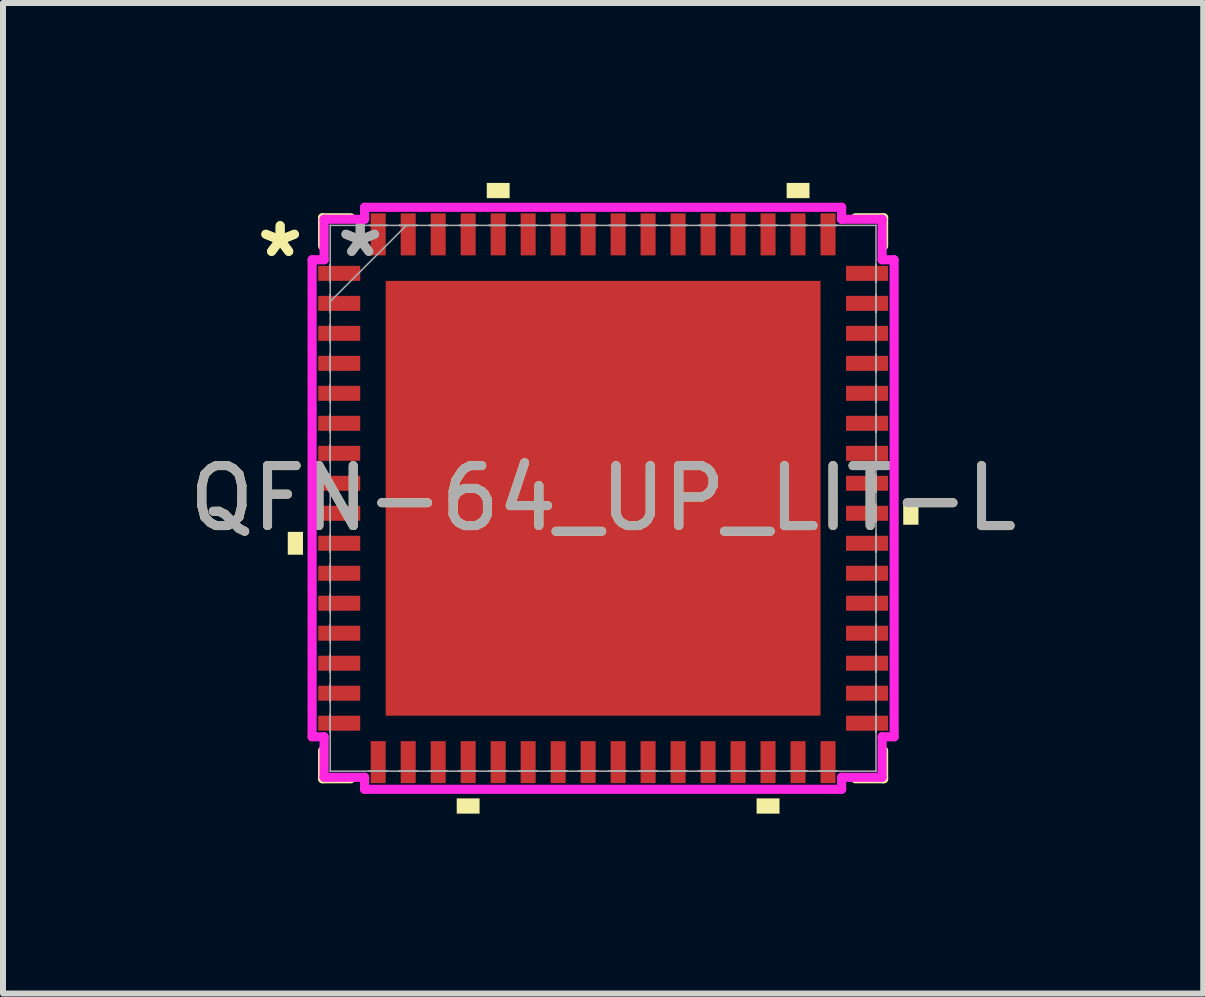
<source format=kicad_pcb>
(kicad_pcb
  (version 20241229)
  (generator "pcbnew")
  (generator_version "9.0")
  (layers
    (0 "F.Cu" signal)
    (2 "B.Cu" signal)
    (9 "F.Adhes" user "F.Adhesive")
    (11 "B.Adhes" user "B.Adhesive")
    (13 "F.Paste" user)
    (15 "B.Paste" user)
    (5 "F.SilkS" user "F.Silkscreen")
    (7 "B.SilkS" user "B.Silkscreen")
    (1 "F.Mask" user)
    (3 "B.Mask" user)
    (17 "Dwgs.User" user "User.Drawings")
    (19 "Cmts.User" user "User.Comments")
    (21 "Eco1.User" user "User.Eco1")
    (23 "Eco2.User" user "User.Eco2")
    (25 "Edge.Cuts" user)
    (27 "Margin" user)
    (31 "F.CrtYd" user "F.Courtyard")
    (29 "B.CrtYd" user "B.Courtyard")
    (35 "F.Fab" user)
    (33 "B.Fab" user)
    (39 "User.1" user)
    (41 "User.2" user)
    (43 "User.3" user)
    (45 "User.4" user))
  (footprint "QFN-64_UP_LIT-L"
    (layer "F.Cu")
    (at 7.006 5.258)
    (property "Reference" "QFN-64_UP_LIT-L" (at 0 0 0) (unlocked yes) (layer "F.SilkS") (effects (font (size 1 1) (thickness 0.15))))
    (attr smd)
    (fp_line (start -4.677 -4.677) (end -4.677 -4.208) (stroke (width 0.152) (type solid)) (layer "F.SilkS"))
    (fp_line (start -4.677 4.208) (end -4.677 4.677) (stroke (width 0.152) (type solid)) (layer "F.SilkS"))
    (fp_line (start -4.677 4.677) (end -4.208 4.677) (stroke (width 0.152) (type solid)) (layer "F.SilkS"))
    (fp_line (start -4.208 -4.677) (end -4.677 -4.677) (stroke (width 0.152) (type solid)) (layer "F.SilkS"))
    (fp_line (start 4.208 4.677) (end 4.677 4.677) (stroke (width 0.152) (type solid)) (layer "F.SilkS"))
    (fp_line (start 4.677 -4.677) (end 4.208 -4.677) (stroke (width 0.152) (type solid)) (layer "F.SilkS"))
    (fp_line (start 4.677 -4.208) (end 4.677 -4.677) (stroke (width 0.152) (type solid)) (layer "F.SilkS"))
    (fp_line (start 4.677 4.677) (end 4.677 4.208) (stroke (width 0.152) (type solid)) (layer "F.SilkS"))
    (fp_poly (pts (xy -5.258 0.56) (xy -5.258 0.941) (xy -5.004 0.941) (xy -5.004 0.56)) (stroke (width 0) (type solid)) (fill yes) (layer "F.SilkS"))
    (fp_poly (pts (xy -2.441 5.004) (xy -2.441 5.258) (xy -2.06 5.258) (xy -2.06 5.004)) (stroke (width 0) (type solid)) (fill yes) (layer "F.SilkS"))
    (fp_poly (pts (xy -1.94 -5.004) (xy -1.94 -5.258) (xy -1.559 -5.258) (xy -1.559 -5.004)) (stroke (width 0) (type solid)) (fill yes) (layer "F.SilkS"))
    (fp_poly (pts (xy 2.559 5.004) (xy 2.559 5.258) (xy 2.941 5.258) (xy 2.941 5.004)) (stroke (width 0) (type solid)) (fill yes) (layer "F.SilkS"))
    (fp_poly (pts (xy 3.06 -5.004) (xy 3.06 -5.258) (xy 3.441 -5.258) (xy 3.441 -5.004)) (stroke (width 0) (type solid)) (fill yes) (layer "F.SilkS"))
    (fp_poly (pts (xy 5.258 0.059) (xy 5.258 0.441) (xy 5.004 0.441) (xy 5.004 0.059)) (stroke (width 0) (type solid)) (fill yes) (layer "F.SilkS"))
    (fp_poly (pts (xy -3.525 -3.525) (xy -3.525 -2.275) (xy -2.275 -2.275) (xy -2.275 -3.525)) (stroke (width 0) (type solid)) (fill yes) (layer "F.Paste"))
    (fp_poly (pts (xy -3.525 -2.075) (xy -3.525 -0.825) (xy -2.275 -0.825) (xy -2.275 -2.075)) (stroke (width 0) (type solid)) (fill yes) (layer "F.Paste"))
    (fp_poly (pts (xy -3.525 -0.625) (xy -3.525 0.625) (xy -2.275 0.625) (xy -2.275 -0.625)) (stroke (width 0) (type solid)) (fill yes) (layer "F.Paste"))
    (fp_poly (pts (xy -3.525 0.825) (xy -3.525 2.075) (xy -2.275 2.075) (xy -2.275 0.825)) (stroke (width 0) (type solid)) (fill yes) (layer "F.Paste"))
    (fp_poly (pts (xy -3.525 2.275) (xy -3.525 3.525) (xy -2.275 3.525) (xy -2.275 2.275)) (stroke (width 0) (type solid)) (fill yes) (layer "F.Paste"))
    (fp_poly (pts (xy -2.075 -3.525) (xy -2.075 -2.275) (xy -0.825 -2.275) (xy -0.825 -3.525)) (stroke (width 0) (type solid)) (fill yes) (layer "F.Paste"))
    (fp_poly (pts (xy -2.075 -2.075) (xy -2.075 -0.825) (xy -0.825 -0.825) (xy -0.825 -2.075)) (stroke (width 0) (type solid)) (fill yes) (layer "F.Paste"))
    (fp_poly (pts (xy -2.075 -0.625) (xy -2.075 0.625) (xy -0.825 0.625) (xy -0.825 -0.625)) (stroke (width 0) (type solid)) (fill yes) (layer "F.Paste"))
    (fp_poly (pts (xy -2.075 0.825) (xy -2.075 2.075) (xy -0.825 2.075) (xy -0.825 0.825)) (stroke (width 0) (type solid)) (fill yes) (layer "F.Paste"))
    (fp_poly (pts (xy -2.075 2.275) (xy -2.075 3.525) (xy -0.825 3.525) (xy -0.825 2.275)) (stroke (width 0) (type solid)) (fill yes) (layer "F.Paste"))
    (fp_poly (pts (xy -0.625 -3.525) (xy -0.625 -2.275) (xy 0.625 -2.275) (xy 0.625 -3.525)) (stroke (width 0) (type solid)) (fill yes) (layer "F.Paste"))
    (fp_poly (pts (xy -0.625 -2.075) (xy -0.625 -0.825) (xy 0.625 -0.825) (xy 0.625 -2.075)) (stroke (width 0) (type solid)) (fill yes) (layer "F.Paste"))
    (fp_poly (pts (xy -0.625 -0.625) (xy -0.625 0.625) (xy 0.625 0.625) (xy 0.625 -0.625)) (stroke (width 0) (type solid)) (fill yes) (layer "F.Paste"))
    (fp_poly (pts (xy -0.625 0.825) (xy -0.625 2.075) (xy 0.625 2.075) (xy 0.625 0.825)) (stroke (width 0) (type solid)) (fill yes) (layer "F.Paste"))
    (fp_poly (pts (xy -0.625 2.275) (xy -0.625 3.525) (xy 0.625 3.525) (xy 0.625 2.275)) (stroke (width 0) (type solid)) (fill yes) (layer "F.Paste"))
    (fp_poly (pts (xy 0.825 -3.525) (xy 0.825 -2.275) (xy 2.075 -2.275) (xy 2.075 -3.525)) (stroke (width 0) (type solid)) (fill yes) (layer "F.Paste"))
    (fp_poly (pts (xy 0.825 -2.075) (xy 0.825 -0.825) (xy 2.075 -0.825) (xy 2.075 -2.075)) (stroke (width 0) (type solid)) (fill yes) (layer "F.Paste"))
    (fp_poly (pts (xy 0.825 -0.625) (xy 0.825 0.625) (xy 2.075 0.625) (xy 2.075 -0.625)) (stroke (width 0) (type solid)) (fill yes) (layer "F.Paste"))
    (fp_poly (pts (xy 0.825 0.825) (xy 0.825 2.075) (xy 2.075 2.075) (xy 2.075 0.825)) (stroke (width 0) (type solid)) (fill yes) (layer "F.Paste"))
    (fp_poly (pts (xy 0.825 2.275) (xy 0.825 3.525) (xy 2.075 3.525) (xy 2.075 2.275)) (stroke (width 0) (type solid)) (fill yes) (layer "F.Paste"))
    (fp_poly (pts (xy 2.275 -3.525) (xy 2.275 -2.275) (xy 3.525 -2.275) (xy 3.525 -3.525)) (stroke (width 0) (type solid)) (fill yes) (layer "F.Paste"))
    (fp_poly (pts (xy 2.275 -2.075) (xy 2.275 -0.825) (xy 3.525 -0.825) (xy 3.525 -2.075)) (stroke (width 0) (type solid)) (fill yes) (layer "F.Paste"))
    (fp_poly (pts (xy 2.275 -0.625) (xy 2.275 0.625) (xy 3.525 0.625) (xy 3.525 -0.625)) (stroke (width 0) (type solid)) (fill yes) (layer "F.Paste"))
    (fp_poly (pts (xy 2.275 0.825) (xy 2.275 2.075) (xy 3.525 2.075) (xy 3.525 0.825)) (stroke (width 0) (type solid)) (fill yes) (layer "F.Paste"))
    (fp_poly (pts (xy 2.275 2.275) (xy 2.275 3.525) (xy 3.525 3.525) (xy 3.525 2.275)) (stroke (width 0) (type solid)) (fill yes) (layer "F.Paste"))
    (fp_line (start -4.852 -3.977) (end -4.652 -3.977) (stroke (width 0.152) (type solid)) (layer "F.CrtYd"))
    (fp_line (start -4.852 3.977) (end -4.852 -3.977) (stroke (width 0.152) (type solid)) (layer "F.CrtYd"))
    (fp_line (start -4.652 -4.652) (end -3.977 -4.652) (stroke (width 0.152) (type solid)) (layer "F.CrtYd"))
    (fp_line (start -4.652 -3.977) (end -4.652 -4.652) (stroke (width 0.152) (type solid)) (layer "F.CrtYd"))
    (fp_line (start -4.652 3.977) (end -4.852 3.977) (stroke (width 0.152) (type solid)) (layer "F.CrtYd"))
    (fp_line (start -4.652 4.652) (end -4.652 3.977) (stroke (width 0.152) (type solid)) (layer "F.CrtYd"))
    (fp_line (start -3.977 -4.852) (end 3.977 -4.852) (stroke (width 0.152) (type solid)) (layer "F.CrtYd"))
    (fp_line (start -3.977 -4.652) (end -3.977 -4.852) (stroke (width 0.152) (type solid)) (layer "F.CrtYd"))
    (fp_line (start -3.977 4.652) (end -4.652 4.652) (stroke (width 0.152) (type solid)) (layer "F.CrtYd"))
    (fp_line (start -3.977 4.852) (end -3.977 4.652) (stroke (width 0.152) (type solid)) (layer "F.CrtYd"))
    (fp_line (start 3.977 -4.852) (end 3.977 -4.652) (stroke (width 0.152) (type solid)) (layer "F.CrtYd"))
    (fp_line (start 3.977 -4.652) (end 4.652 -4.652) (stroke (width 0.152) (type solid)) (layer "F.CrtYd"))
    (fp_line (start 3.977 4.652) (end 3.977 4.852) (stroke (width 0.152) (type solid)) (layer "F.CrtYd"))
    (fp_line (start 3.977 4.852) (end -3.977 4.852) (stroke (width 0.152) (type solid)) (layer "F.CrtYd"))
    (fp_line (start 4.652 -4.652) (end 4.652 -3.977) (stroke (width 0.152) (type solid)) (layer "F.CrtYd"))
    (fp_line (start 4.652 -3.977) (end 4.852 -3.977) (stroke (width 0.152) (type solid)) (layer "F.CrtYd"))
    (fp_line (start 4.652 3.977) (end 4.652 4.652) (stroke (width 0.152) (type solid)) (layer "F.CrtYd"))
    (fp_line (start 4.652 4.652) (end 3.977 4.652) (stroke (width 0.152) (type solid)) (layer "F.CrtYd"))
    (fp_line (start 4.852 -3.977) (end 4.852 3.977) (stroke (width 0.152) (type solid)) (layer "F.CrtYd"))
    (fp_line (start 4.852 3.977) (end 4.652 3.977) (stroke (width 0.152) (type solid)) (layer "F.CrtYd"))
    (fp_line (start -4.55 -4.55) (end -4.55 -4.55) (stroke (width 0.025) (type solid)) (layer "F.Fab"))
    (fp_line (start -4.55 -4.55) (end -4.55 4.55) (stroke (width 0.025) (type solid)) (layer "F.Fab"))
    (fp_line (start -4.55 -3.9) (end -4.55 -3.9) (stroke (width 0.025) (type solid)) (layer "F.Fab"))
    (fp_line (start -4.55 -3.9) (end -4.55 -3.6) (stroke (width 0.025) (type solid)) (layer "F.Fab"))
    (fp_line (start -4.55 -3.6) (end -4.55 -3.9) (stroke (width 0.025) (type solid)) (layer "F.Fab"))
    (fp_line (start -4.55 -3.6) (end -4.55 -3.6) (stroke (width 0.025) (type solid)) (layer "F.Fab"))
    (fp_line (start -4.55 -3.4) (end -4.55 -3.4) (stroke (width 0.025) (type solid)) (layer "F.Fab"))
    (fp_line (start -4.55 -3.4) (end -4.55 -3.1) (stroke (width 0.025) (type solid)) (layer "F.Fab"))
    (fp_line (start -4.55 -3.28) (end -3.28 -4.55) (stroke (width 0.025) (type solid)) (layer "F.Fab"))
    (fp_line (start -4.55 -3.1) (end -4.55 -3.4) (stroke (width 0.025) (type solid)) (layer "F.Fab"))
    (fp_line (start -4.55 -3.1) (end -4.55 -3.1) (stroke (width 0.025) (type solid)) (layer "F.Fab"))
    (fp_line (start -4.55 -2.9) (end -4.55 -2.9) (stroke (width 0.025) (type solid)) (layer "F.Fab"))
    (fp_line (start -4.55 -2.9) (end -4.55 -2.6) (stroke (width 0.025) (type solid)) (layer "F.Fab"))
    (fp_line (start -4.55 -2.6) (end -4.55 -2.9) (stroke (width 0.025) (type solid)) (layer "F.Fab"))
    (fp_line (start -4.55 -2.6) (end -4.55 -2.6) (stroke (width 0.025) (type solid)) (layer "F.Fab"))
    (fp_line (start -4.55 -2.4) (end -4.55 -2.4) (stroke (width 0.025) (type solid)) (layer "F.Fab"))
    (fp_line (start -4.55 -2.4) (end -4.55 -2.1) (stroke (width 0.025) (type solid)) (layer "F.Fab"))
    (fp_line (start -4.55 -2.1) (end -4.55 -2.4) (stroke (width 0.025) (type solid)) (layer "F.Fab"))
    (fp_line (start -4.55 -2.1) (end -4.55 -2.1) (stroke (width 0.025) (type solid)) (layer "F.Fab"))
    (fp_line (start -4.55 -1.9) (end -4.55 -1.9) (stroke (width 0.025) (type solid)) (layer "F.Fab"))
    (fp_line (start -4.55 -1.9) (end -4.55 -1.6) (stroke (width 0.025) (type solid)) (layer "F.Fab"))
    (fp_line (start -4.55 -1.6) (end -4.55 -1.9) (stroke (width 0.025) (type solid)) (layer "F.Fab"))
    (fp_line (start -4.55 -1.6) (end -4.55 -1.6) (stroke (width 0.025) (type solid)) (layer "F.Fab"))
    (fp_line (start -4.55 -1.4) (end -4.55 -1.4) (stroke (width 0.025) (type solid)) (layer "F.Fab"))
    (fp_line (start -4.55 -1.4) (end -4.55 -1.1) (stroke (width 0.025) (type solid)) (layer "F.Fab"))
    (fp_line (start -4.55 -1.1) (end -4.55 -1.4) (stroke (width 0.025) (type solid)) (layer "F.Fab"))
    (fp_line (start -4.55 -1.1) (end -4.55 -1.1) (stroke (width 0.025) (type solid)) (layer "F.Fab"))
    (fp_line (start -4.55 -0.9) (end -4.55 -0.9) (stroke (width 0.025) (type solid)) (layer "F.Fab"))
    (fp_line (start -4.55 -0.9) (end -4.55 -0.6) (stroke (width 0.025) (type solid)) (layer "F.Fab"))
    (fp_line (start -4.55 -0.6) (end -4.55 -0.9) (stroke (width 0.025) (type solid)) (layer "F.Fab"))
    (fp_line (start -4.55 -0.6) (end -4.55 -0.6) (stroke (width 0.025) (type solid)) (layer "F.Fab"))
    (fp_line (start -4.55 -0.4) (end -4.55 -0.4) (stroke (width 0.025) (type solid)) (layer "F.Fab"))
    (fp_line (start -4.55 -0.4) (end -4.55 -0.1) (stroke (width 0.025) (type solid)) (layer "F.Fab"))
    (fp_line (start -4.55 -0.1) (end -4.55 -0.4) (stroke (width 0.025) (type solid)) (layer "F.Fab"))
    (fp_line (start -4.55 -0.1) (end -4.55 -0.1) (stroke (width 0.025) (type solid)) (layer "F.Fab"))
    (fp_line (start -4.55 0.1) (end -4.55 0.1) (stroke (width 0.025) (type solid)) (layer "F.Fab"))
    (fp_line (start -4.55 0.1) (end -4.55 0.4) (stroke (width 0.025) (type solid)) (layer "F.Fab"))
    (fp_line (start -4.55 0.4) (end -4.55 0.1) (stroke (width 0.025) (type solid)) (layer "F.Fab"))
    (fp_line (start -4.55 0.4) (end -4.55 0.4) (stroke (width 0.025) (type solid)) (layer "F.Fab"))
    (fp_line (start -4.55 0.6) (end -4.55 0.6) (stroke (width 0.025) (type solid)) (layer "F.Fab"))
    (fp_line (start -4.55 0.6) (end -4.55 0.9) (stroke (width 0.025) (type solid)) (layer "F.Fab"))
    (fp_line (start -4.55 0.9) (end -4.55 0.6) (stroke (width 0.025) (type solid)) (layer "F.Fab"))
    (fp_line (start -4.55 0.9) (end -4.55 0.9) (stroke (width 0.025) (type solid)) (layer "F.Fab"))
    (fp_line (start -4.55 1.1) (end -4.55 1.1) (stroke (width 0.025) (type solid)) (layer "F.Fab"))
    (fp_line (start -4.55 1.1) (end -4.55 1.4) (stroke (width 0.025) (type solid)) (layer "F.Fab"))
    (fp_line (start -4.55 1.4) (end -4.55 1.1) (stroke (width 0.025) (type solid)) (layer "F.Fab"))
    (fp_line (start -4.55 1.4) (end -4.55 1.4) (stroke (width 0.025) (type solid)) (layer "F.Fab"))
    (fp_line (start -4.55 1.6) (end -4.55 1.6) (stroke (width 0.025) (type solid)) (layer "F.Fab"))
    (fp_line (start -4.55 1.6) (end -4.55 1.9) (stroke (width 0.025) (type solid)) (layer "F.Fab"))
    (fp_line (start -4.55 1.9) (end -4.55 1.6) (stroke (width 0.025) (type solid)) (layer "F.Fab"))
    (fp_line (start -4.55 1.9) (end -4.55 1.9) (stroke (width 0.025) (type solid)) (layer "F.Fab"))
    (fp_line (start -4.55 2.1) (end -4.55 2.1) (stroke (width 0.025) (type solid)) (layer "F.Fab"))
    (fp_line (start -4.55 2.1) (end -4.55 2.4) (stroke (width 0.025) (type solid)) (layer "F.Fab"))
    (fp_line (start -4.55 2.4) (end -4.55 2.1) (stroke (width 0.025) (type solid)) (layer "F.Fab"))
    (fp_line (start -4.55 2.4) (end -4.55 2.4) (stroke (width 0.025) (type solid)) (layer "F.Fab"))
    (fp_line (start -4.55 2.6) (end -4.55 2.6) (stroke (width 0.025) (type solid)) (layer "F.Fab"))
    (fp_line (start -4.55 2.6) (end -4.55 2.9) (stroke (width 0.025) (type solid)) (layer "F.Fab"))
    (fp_line (start -4.55 2.9) (end -4.55 2.6) (stroke (width 0.025) (type solid)) (layer "F.Fab"))
    (fp_line (start -4.55 2.9) (end -4.55 2.9) (stroke (width 0.025) (type solid)) (layer "F.Fab"))
    (fp_line (start -4.55 3.1) (end -4.55 3.1) (stroke (width 0.025) (type solid)) (layer "F.Fab"))
    (fp_line (start -4.55 3.1) (end -4.55 3.4) (stroke (width 0.025) (type solid)) (layer "F.Fab"))
    (fp_line (start -4.55 3.4) (end -4.55 3.1) (stroke (width 0.025) (type solid)) (layer "F.Fab"))
    (fp_line (start -4.55 3.4) (end -4.55 3.4) (stroke (width 0.025) (type solid)) (layer "F.Fab"))
    (fp_line (start -4.55 3.6) (end -4.55 3.6) (stroke (width 0.025) (type solid)) (layer "F.Fab"))
    (fp_line (start -4.55 3.6) (end -4.55 3.9) (stroke (width 0.025) (type solid)) (layer "F.Fab"))
    (fp_line (start -4.55 3.9) (end -4.55 3.6) (stroke (width 0.025) (type solid)) (layer "F.Fab"))
    (fp_line (start -4.55 3.9) (end -4.55 3.9) (stroke (width 0.025) (type solid)) (layer "F.Fab"))
    (fp_line (start -4.55 4.55) (end -4.55 4.55) (stroke (width 0.025) (type solid)) (layer "F.Fab"))
    (fp_line (start -4.55 4.55) (end 4.55 4.55) (stroke (width 0.025) (type solid)) (layer "F.Fab"))
    (fp_line (start -3.9 -4.55) (end -3.9 -4.55) (stroke (width 0.025) (type solid)) (layer "F.Fab"))
    (fp_line (start -3.9 -4.55) (end -3.6 -4.55) (stroke (width 0.025) (type solid)) (layer "F.Fab"))
    (fp_line (start -3.9 4.55) (end -3.9 4.55) (stroke (width 0.025) (type solid)) (layer "F.Fab"))
    (fp_line (start -3.9 4.55) (end -3.6 4.55) (stroke (width 0.025) (type solid)) (layer "F.Fab"))
    (fp_line (start -3.6 -4.55) (end -3.9 -4.55) (stroke (width 0.025) (type solid)) (layer "F.Fab"))
    (fp_line (start -3.6 -4.55) (end -3.6 -4.55) (stroke (width 0.025) (type solid)) (layer "F.Fab"))
    (fp_line (start -3.6 4.55) (end -3.9 4.55) (stroke (width 0.025) (type solid)) (layer "F.Fab"))
    (fp_line (start -3.6 4.55) (end -3.6 4.55) (stroke (width 0.025) (type solid)) (layer "F.Fab"))
    (fp_line (start -3.4 -4.55) (end -3.4 -4.55) (stroke (width 0.025) (type solid)) (layer "F.Fab"))
    (fp_line (start -3.4 -4.55) (end -3.1 -4.55) (stroke (width 0.025) (type solid)) (layer "F.Fab"))
    (fp_line (start -3.4 4.55) (end -3.4 4.55) (stroke (width 0.025) (type solid)) (layer "F.Fab"))
    (fp_line (start -3.4 4.55) (end -3.1 4.55) (stroke (width 0.025) (type solid)) (layer "F.Fab"))
    (fp_line (start -3.1 -4.55) (end -3.4 -4.55) (stroke (width 0.025) (type solid)) (layer "F.Fab"))
    (fp_line (start -3.1 -4.55) (end -3.1 -4.55) (stroke (width 0.025) (type solid)) (layer "F.Fab"))
    (fp_line (start -3.1 4.55) (end -3.4 4.55) (stroke (width 0.025) (type solid)) (layer "F.Fab"))
    (fp_line (start -3.1 4.55) (end -3.1 4.55) (stroke (width 0.025) (type solid)) (layer "F.Fab"))
    (fp_line (start -2.9 -4.55) (end -2.9 -4.55) (stroke (width 0.025) (type solid)) (layer "F.Fab"))
    (fp_line (start -2.9 -4.55) (end -2.6 -4.55) (stroke (width 0.025) (type solid)) (layer "F.Fab"))
    (fp_line (start -2.9 4.55) (end -2.9 4.55) (stroke (width 0.025) (type solid)) (layer "F.Fab"))
    (fp_line (start -2.9 4.55) (end -2.6 4.55) (stroke (width 0.025) (type solid)) (layer "F.Fab"))
    (fp_line (start -2.6 -4.55) (end -2.9 -4.55) (stroke (width 0.025) (type solid)) (layer "F.Fab"))
    (fp_line (start -2.6 -4.55) (end -2.6 -4.55) (stroke (width 0.025) (type solid)) (layer "F.Fab"))
    (fp_line (start -2.6 4.55) (end -2.9 4.55) (stroke (width 0.025) (type solid)) (layer "F.Fab"))
    (fp_line (start -2.6 4.55) (end -2.6 4.55) (stroke (width 0.025) (type solid)) (layer "F.Fab"))
    (fp_line (start -2.4 -4.55) (end -2.4 -4.55) (stroke (width 0.025) (type solid)) (layer "F.Fab"))
    (fp_line (start -2.4 -4.55) (end -2.1 -4.55) (stroke (width 0.025) (type solid)) (layer "F.Fab"))
    (fp_line (start -2.4 4.55) (end -2.4 4.55) (stroke (width 0.025) (type solid)) (layer "F.Fab"))
    (fp_line (start -2.4 4.55) (end -2.1 4.55) (stroke (width 0.025) (type solid)) (layer "F.Fab"))
    (fp_line (start -2.1 -4.55) (end -2.4 -4.55) (stroke (width 0.025) (type solid)) (layer "F.Fab"))
    (fp_line (start -2.1 -4.55) (end -2.1 -4.55) (stroke (width 0.025) (type solid)) (layer "F.Fab"))
    (fp_line (start -2.1 4.55) (end -2.4 4.55) (stroke (width 0.025) (type solid)) (layer "F.Fab"))
    (fp_line (start -2.1 4.55) (end -2.1 4.55) (stroke (width 0.025) (type solid)) (layer "F.Fab"))
    (fp_line (start -1.9 -4.55) (end -1.9 -4.55) (stroke (width 0.025) (type solid)) (layer "F.Fab"))
    (fp_line (start -1.9 -4.55) (end -1.6 -4.55) (stroke (width 0.025) (type solid)) (layer "F.Fab"))
    (fp_line (start -1.9 4.55) (end -1.9 4.55) (stroke (width 0.025) (type solid)) (layer "F.Fab"))
    (fp_line (start -1.9 4.55) (end -1.6 4.55) (stroke (width 0.025) (type solid)) (layer "F.Fab"))
    (fp_line (start -1.6 -4.55) (end -1.9 -4.55) (stroke (width 0.025) (type solid)) (layer "F.Fab"))
    (fp_line (start -1.6 -4.55) (end -1.6 -4.55) (stroke (width 0.025) (type solid)) (layer "F.Fab"))
    (fp_line (start -1.6 4.55) (end -1.9 4.55) (stroke (width 0.025) (type solid)) (layer "F.Fab"))
    (fp_line (start -1.6 4.55) (end -1.6 4.55) (stroke (width 0.025) (type solid)) (layer "F.Fab"))
    (fp_line (start -1.4 -4.55) (end -1.4 -4.55) (stroke (width 0.025) (type solid)) (layer "F.Fab"))
    (fp_line (start -1.4 -4.55) (end -1.1 -4.55) (stroke (width 0.025) (type solid)) (layer "F.Fab"))
    (fp_line (start -1.4 4.55) (end -1.4 4.55) (stroke (width 0.025) (type solid)) (layer "F.Fab"))
    (fp_line (start -1.4 4.55) (end -1.1 4.55) (stroke (width 0.025) (type solid)) (layer "F.Fab"))
    (fp_line (start -1.1 -4.55) (end -1.4 -4.55) (stroke (width 0.025) (type solid)) (layer "F.Fab"))
    (fp_line (start -1.1 -4.55) (end -1.1 -4.55) (stroke (width 0.025) (type solid)) (layer "F.Fab"))
    (fp_line (start -1.1 4.55) (end -1.4 4.55) (stroke (width 0.025) (type solid)) (layer "F.Fab"))
    (fp_line (start -1.1 4.55) (end -1.1 4.55) (stroke (width 0.025) (type solid)) (layer "F.Fab"))
    (fp_line (start -0.9 -4.55) (end -0.9 -4.55) (stroke (width 0.025) (type solid)) (layer "F.Fab"))
    (fp_line (start -0.9 -4.55) (end -0.6 -4.55) (stroke (width 0.025) (type solid)) (layer "F.Fab"))
    (fp_line (start -0.9 4.55) (end -0.9 4.55) (stroke (width 0.025) (type solid)) (layer "F.Fab"))
    (fp_line (start -0.9 4.55) (end -0.6 4.55) (stroke (width 0.025) (type solid)) (layer "F.Fab"))
    (fp_line (start -0.6 -4.55) (end -0.9 -4.55) (stroke (width 0.025) (type solid)) (layer "F.Fab"))
    (fp_line (start -0.6 -4.55) (end -0.6 -4.55) (stroke (width 0.025) (type solid)) (layer "F.Fab"))
    (fp_line (start -0.6 4.55) (end -0.9 4.55) (stroke (width 0.025) (type solid)) (layer "F.Fab"))
    (fp_line (start -0.6 4.55) (end -0.6 4.55) (stroke (width 0.025) (type solid)) (layer "F.Fab"))
    (fp_line (start -0.4 -4.55) (end -0.4 -4.55) (stroke (width 0.025) (type solid)) (layer "F.Fab"))
    (fp_line (start -0.4 -4.55) (end -0.1 -4.55) (stroke (width 0.025) (type solid)) (layer "F.Fab"))
    (fp_line (start -0.4 4.55) (end -0.4 4.55) (stroke (width 0.025) (type solid)) (layer "F.Fab"))
    (fp_line (start -0.4 4.55) (end -0.1 4.55) (stroke (width 0.025) (type solid)) (layer "F.Fab"))
    (fp_line (start -0.1 -4.55) (end -0.4 -4.55) (stroke (width 0.025) (type solid)) (layer "F.Fab"))
    (fp_line (start -0.1 -4.55) (end -0.1 -4.55) (stroke (width 0.025) (type solid)) (layer "F.Fab"))
    (fp_line (start -0.1 4.55) (end -0.4 4.55) (stroke (width 0.025) (type solid)) (layer "F.Fab"))
    (fp_line (start -0.1 4.55) (end -0.1 4.55) (stroke (width 0.025) (type solid)) (layer "F.Fab"))
    (fp_line (start 0.1 -4.55) (end 0.1 -4.55) (stroke (width 0.025) (type solid)) (layer "F.Fab"))
    (fp_line (start 0.1 -4.55) (end 0.4 -4.55) (stroke (width 0.025) (type solid)) (layer "F.Fab"))
    (fp_line (start 0.1 4.55) (end 0.1 4.55) (stroke (width 0.025) (type solid)) (layer "F.Fab"))
    (fp_line (start 0.1 4.55) (end 0.4 4.55) (stroke (width 0.025) (type solid)) (layer "F.Fab"))
    (fp_line (start 0.4 -4.55) (end 0.1 -4.55) (stroke (width 0.025) (type solid)) (layer "F.Fab"))
    (fp_line (start 0.4 -4.55) (end 0.4 -4.55) (stroke (width 0.025) (type solid)) (layer "F.Fab"))
    (fp_line (start 0.4 4.55) (end 0.1 4.55) (stroke (width 0.025) (type solid)) (layer "F.Fab"))
    (fp_line (start 0.4 4.55) (end 0.4 4.55) (stroke (width 0.025) (type solid)) (layer "F.Fab"))
    (fp_line (start 0.6 -4.55) (end 0.6 -4.55) (stroke (width 0.025) (type solid)) (layer "F.Fab"))
    (fp_line (start 0.6 -4.55) (end 0.9 -4.55) (stroke (width 0.025) (type solid)) (layer "F.Fab"))
    (fp_line (start 0.6 4.55) (end 0.6 4.55) (stroke (width 0.025) (type solid)) (layer "F.Fab"))
    (fp_line (start 0.6 4.55) (end 0.9 4.55) (stroke (width 0.025) (type solid)) (layer "F.Fab"))
    (fp_line (start 0.9 -4.55) (end 0.6 -4.55) (stroke (width 0.025) (type solid)) (layer "F.Fab"))
    (fp_line (start 0.9 -4.55) (end 0.9 -4.55) (stroke (width 0.025) (type solid)) (layer "F.Fab"))
    (fp_line (start 0.9 4.55) (end 0.6 4.55) (stroke (width 0.025) (type solid)) (layer "F.Fab"))
    (fp_line (start 0.9 4.55) (end 0.9 4.55) (stroke (width 0.025) (type solid)) (layer "F.Fab"))
    (fp_line (start 1.1 -4.55) (end 1.1 -4.55) (stroke (width 0.025) (type solid)) (layer "F.Fab"))
    (fp_line (start 1.1 -4.55) (end 1.4 -4.55) (stroke (width 0.025) (type solid)) (layer "F.Fab"))
    (fp_line (start 1.1 4.55) (end 1.1 4.55) (stroke (width 0.025) (type solid)) (layer "F.Fab"))
    (fp_line (start 1.1 4.55) (end 1.4 4.55) (stroke (width 0.025) (type solid)) (layer "F.Fab"))
    (fp_line (start 1.4 -4.55) (end 1.1 -4.55) (stroke (width 0.025) (type solid)) (layer "F.Fab"))
    (fp_line (start 1.4 -4.55) (end 1.4 -4.55) (stroke (width 0.025) (type solid)) (layer "F.Fab"))
    (fp_line (start 1.4 4.55) (end 1.1 4.55) (stroke (width 0.025) (type solid)) (layer "F.Fab"))
    (fp_line (start 1.4 4.55) (end 1.4 4.55) (stroke (width 0.025) (type solid)) (layer "F.Fab"))
    (fp_line (start 1.6 -4.55) (end 1.6 -4.55) (stroke (width 0.025) (type solid)) (layer "F.Fab"))
    (fp_line (start 1.6 -4.55) (end 1.9 -4.55) (stroke (width 0.025) (type solid)) (layer "F.Fab"))
    (fp_line (start 1.6 4.55) (end 1.6 4.55) (stroke (width 0.025) (type solid)) (layer "F.Fab"))
    (fp_line (start 1.6 4.55) (end 1.9 4.55) (stroke (width 0.025) (type solid)) (layer "F.Fab"))
    (fp_line (start 1.9 -4.55) (end 1.6 -4.55) (stroke (width 0.025) (type solid)) (layer "F.Fab"))
    (fp_line (start 1.9 -4.55) (end 1.9 -4.55) (stroke (width 0.025) (type solid)) (layer "F.Fab"))
    (fp_line (start 1.9 4.55) (end 1.6 4.55) (stroke (width 0.025) (type solid)) (layer "F.Fab"))
    (fp_line (start 1.9 4.55) (end 1.9 4.55) (stroke (width 0.025) (type solid)) (layer "F.Fab"))
    (fp_line (start 2.1 -4.55) (end 2.1 -4.55) (stroke (width 0.025) (type solid)) (layer "F.Fab"))
    (fp_line (start 2.1 -4.55) (end 2.4 -4.55) (stroke (width 0.025) (type solid)) (layer "F.Fab"))
    (fp_line (start 2.1 4.55) (end 2.1 4.55) (stroke (width 0.025) (type solid)) (layer "F.Fab"))
    (fp_line (start 2.1 4.55) (end 2.4 4.55) (stroke (width 0.025) (type solid)) (layer "F.Fab"))
    (fp_line (start 2.4 -4.55) (end 2.1 -4.55) (stroke (width 0.025) (type solid)) (layer "F.Fab"))
    (fp_line (start 2.4 -4.55) (end 2.4 -4.55) (stroke (width 0.025) (type solid)) (layer "F.Fab"))
    (fp_line (start 2.4 4.55) (end 2.1 4.55) (stroke (width 0.025) (type solid)) (layer "F.Fab"))
    (fp_line (start 2.4 4.55) (end 2.4 4.55) (stroke (width 0.025) (type solid)) (layer "F.Fab"))
    (fp_line (start 2.6 -4.55) (end 2.6 -4.55) (stroke (width 0.025) (type solid)) (layer "F.Fab"))
    (fp_line (start 2.6 -4.55) (end 2.9 -4.55) (stroke (width 0.025) (type solid)) (layer "F.Fab"))
    (fp_line (start 2.6 4.55) (end 2.6 4.55) (stroke (width 0.025) (type solid)) (layer "F.Fab"))
    (fp_line (start 2.6 4.55) (end 2.9 4.55) (stroke (width 0.025) (type solid)) (layer "F.Fab"))
    (fp_line (start 2.9 -4.55) (end 2.6 -4.55) (stroke (width 0.025) (type solid)) (layer "F.Fab"))
    (fp_line (start 2.9 -4.55) (end 2.9 -4.55) (stroke (width 0.025) (type solid)) (layer "F.Fab"))
    (fp_line (start 2.9 4.55) (end 2.6 4.55) (stroke (width 0.025) (type solid)) (layer "F.Fab"))
    (fp_line (start 2.9 4.55) (end 2.9 4.55) (stroke (width 0.025) (type solid)) (layer "F.Fab"))
    (fp_line (start 3.1 -4.55) (end 3.1 -4.55) (stroke (width 0.025) (type solid)) (layer "F.Fab"))
    (fp_line (start 3.1 -4.55) (end 3.4 -4.55) (stroke (width 0.025) (type solid)) (layer "F.Fab"))
    (fp_line (start 3.1 4.55) (end 3.1 4.55) (stroke (width 0.025) (type solid)) (layer "F.Fab"))
    (fp_line (start 3.1 4.55) (end 3.4 4.55) (stroke (width 0.025) (type solid)) (layer "F.Fab"))
    (fp_line (start 3.4 -4.55) (end 3.1 -4.55) (stroke (width 0.025) (type solid)) (layer "F.Fab"))
    (fp_line (start 3.4 -4.55) (end 3.4 -4.55) (stroke (width 0.025) (type solid)) (layer "F.Fab"))
    (fp_line (start 3.4 4.55) (end 3.1 4.55) (stroke (width 0.025) (type solid)) (layer "F.Fab"))
    (fp_line (start 3.4 4.55) (end 3.4 4.55) (stroke (width 0.025) (type solid)) (layer "F.Fab"))
    (fp_line (start 3.6 -4.55) (end 3.6 -4.55) (stroke (width 0.025) (type solid)) (layer "F.Fab"))
    (fp_line (start 3.6 -4.55) (end 3.9 -4.55) (stroke (width 0.025) (type solid)) (layer "F.Fab"))
    (fp_line (start 3.6 4.55) (end 3.6 4.55) (stroke (width 0.025) (type solid)) (layer "F.Fab"))
    (fp_line (start 3.6 4.55) (end 3.9 4.55) (stroke (width 0.025) (type solid)) (layer "F.Fab"))
    (fp_line (start 3.9 -4.55) (end 3.6 -4.55) (stroke (width 0.025) (type solid)) (layer "F.Fab"))
    (fp_line (start 3.9 -4.55) (end 3.9 -4.55) (stroke (width 0.025) (type solid)) (layer "F.Fab"))
    (fp_line (start 3.9 4.55) (end 3.6 4.55) (stroke (width 0.025) (type solid)) (layer "F.Fab"))
    (fp_line (start 3.9 4.55) (end 3.9 4.55) (stroke (width 0.025) (type solid)) (layer "F.Fab"))
    (fp_line (start 4.55 -4.55) (end -4.55 -4.55) (stroke (width 0.025) (type solid)) (layer "F.Fab"))
    (fp_line (start 4.55 -4.55) (end 4.55 -4.55) (stroke (width 0.025) (type solid)) (layer "F.Fab"))
    (fp_line (start 4.55 -3.9) (end 4.55 -3.9) (stroke (width 0.025) (type solid)) (layer "F.Fab"))
    (fp_line (start 4.55 -3.9) (end 4.55 -3.6) (stroke (width 0.025) (type solid)) (layer "F.Fab"))
    (fp_line (start 4.55 -3.6) (end 4.55 -3.9) (stroke (width 0.025) (type solid)) (layer "F.Fab"))
    (fp_line (start 4.55 -3.6) (end 4.55 -3.6) (stroke (width 0.025) (type solid)) (layer "F.Fab"))
    (fp_line (start 4.55 -3.4) (end 4.55 -3.4) (stroke (width 0.025) (type solid)) (layer "F.Fab"))
    (fp_line (start 4.55 -3.4) (end 4.55 -3.1) (stroke (width 0.025) (type solid)) (layer "F.Fab"))
    (fp_line (start 4.55 -3.1) (end 4.55 -3.4) (stroke (width 0.025) (type solid)) (layer "F.Fab"))
    (fp_line (start 4.55 -3.1) (end 4.55 -3.1) (stroke (width 0.025) (type solid)) (layer "F.Fab"))
    (fp_line (start 4.55 -2.9) (end 4.55 -2.9) (stroke (width 0.025) (type solid)) (layer "F.Fab"))
    (fp_line (start 4.55 -2.9) (end 4.55 -2.6) (stroke (width 0.025) (type solid)) (layer "F.Fab"))
    (fp_line (start 4.55 -2.6) (end 4.55 -2.9) (stroke (width 0.025) (type solid)) (layer "F.Fab"))
    (fp_line (start 4.55 -2.6) (end 4.55 -2.6) (stroke (width 0.025) (type solid)) (layer "F.Fab"))
    (fp_line (start 4.55 -2.4) (end 4.55 -2.4) (stroke (width 0.025) (type solid)) (layer "F.Fab"))
    (fp_line (start 4.55 -2.4) (end 4.55 -2.1) (stroke (width 0.025) (type solid)) (layer "F.Fab"))
    (fp_line (start 4.55 -2.1) (end 4.55 -2.4) (stroke (width 0.025) (type solid)) (layer "F.Fab"))
    (fp_line (start 4.55 -2.1) (end 4.55 -2.1) (stroke (width 0.025) (type solid)) (layer "F.Fab"))
    (fp_line (start 4.55 -1.9) (end 4.55 -1.9) (stroke (width 0.025) (type solid)) (layer "F.Fab"))
    (fp_line (start 4.55 -1.9) (end 4.55 -1.6) (stroke (width 0.025) (type solid)) (layer "F.Fab"))
    (fp_line (start 4.55 -1.6) (end 4.55 -1.9) (stroke (width 0.025) (type solid)) (layer "F.Fab"))
    (fp_line (start 4.55 -1.6) (end 4.55 -1.6) (stroke (width 0.025) (type solid)) (layer "F.Fab"))
    (fp_line (start 4.55 -1.4) (end 4.55 -1.4) (stroke (width 0.025) (type solid)) (layer "F.Fab"))
    (fp_line (start 4.55 -1.4) (end 4.55 -1.1) (stroke (width 0.025) (type solid)) (layer "F.Fab"))
    (fp_line (start 4.55 -1.1) (end 4.55 -1.4) (stroke (width 0.025) (type solid)) (layer "F.Fab"))
    (fp_line (start 4.55 -1.1) (end 4.55 -1.1) (stroke (width 0.025) (type solid)) (layer "F.Fab"))
    (fp_line (start 4.55 -0.9) (end 4.55 -0.9) (stroke (width 0.025) (type solid)) (layer "F.Fab"))
    (fp_line (start 4.55 -0.9) (end 4.55 -0.6) (stroke (width 0.025) (type solid)) (layer "F.Fab"))
    (fp_line (start 4.55 -0.6) (end 4.55 -0.9) (stroke (width 0.025) (type solid)) (layer "F.Fab"))
    (fp_line (start 4.55 -0.6) (end 4.55 -0.6) (stroke (width 0.025) (type solid)) (layer "F.Fab"))
    (fp_line (start 4.55 -0.4) (end 4.55 -0.4) (stroke (width 0.025) (type solid)) (layer "F.Fab"))
    (fp_line (start 4.55 -0.4) (end 4.55 -0.1) (stroke (width 0.025) (type solid)) (layer "F.Fab"))
    (fp_line (start 4.55 -0.1) (end 4.55 -0.4) (stroke (width 0.025) (type solid)) (layer "F.Fab"))
    (fp_line (start 4.55 -0.1) (end 4.55 -0.1) (stroke (width 0.025) (type solid)) (layer "F.Fab"))
    (fp_line (start 4.55 0.1) (end 4.55 0.1) (stroke (width 0.025) (type solid)) (layer "F.Fab"))
    (fp_line (start 4.55 0.1) (end 4.55 0.4) (stroke (width 0.025) (type solid)) (layer "F.Fab"))
    (fp_line (start 4.55 0.4) (end 4.55 0.1) (stroke (width 0.025) (type solid)) (layer "F.Fab"))
    (fp_line (start 4.55 0.4) (end 4.55 0.4) (stroke (width 0.025) (type solid)) (layer "F.Fab"))
    (fp_line (start 4.55 0.6) (end 4.55 0.6) (stroke (width 0.025) (type solid)) (layer "F.Fab"))
    (fp_line (start 4.55 0.6) (end 4.55 0.9) (stroke (width 0.025) (type solid)) (layer "F.Fab"))
    (fp_line (start 4.55 0.9) (end 4.55 0.6) (stroke (width 0.025) (type solid)) (layer "F.Fab"))
    (fp_line (start 4.55 0.9) (end 4.55 0.9) (stroke (width 0.025) (type solid)) (layer "F.Fab"))
    (fp_line (start 4.55 1.1) (end 4.55 1.1) (stroke (width 0.025) (type solid)) (layer "F.Fab"))
    (fp_line (start 4.55 1.1) (end 4.55 1.4) (stroke (width 0.025) (type solid)) (layer "F.Fab"))
    (fp_line (start 4.55 1.4) (end 4.55 1.1) (stroke (width 0.025) (type solid)) (layer "F.Fab"))
    (fp_line (start 4.55 1.4) (end 4.55 1.4) (stroke (width 0.025) (type solid)) (layer "F.Fab"))
    (fp_line (start 4.55 1.6) (end 4.55 1.6) (stroke (width 0.025) (type solid)) (layer "F.Fab"))
    (fp_line (start 4.55 1.6) (end 4.55 1.9) (stroke (width 0.025) (type solid)) (layer "F.Fab"))
    (fp_line (start 4.55 1.9) (end 4.55 1.6) (stroke (width 0.025) (type solid)) (layer "F.Fab"))
    (fp_line (start 4.55 1.9) (end 4.55 1.9) (stroke (width 0.025) (type solid)) (layer "F.Fab"))
    (fp_line (start 4.55 2.1) (end 4.55 2.1) (stroke (width 0.025) (type solid)) (layer "F.Fab"))
    (fp_line (start 4.55 2.1) (end 4.55 2.4) (stroke (width 0.025) (type solid)) (layer "F.Fab"))
    (fp_line (start 4.55 2.4) (end 4.55 2.1) (stroke (width 0.025) (type solid)) (layer "F.Fab"))
    (fp_line (start 4.55 2.4) (end 4.55 2.4) (stroke (width 0.025) (type solid)) (layer "F.Fab"))
    (fp_line (start 4.55 2.6) (end 4.55 2.6) (stroke (width 0.025) (type solid)) (layer "F.Fab"))
    (fp_line (start 4.55 2.6) (end 4.55 2.9) (stroke (width 0.025) (type solid)) (layer "F.Fab"))
    (fp_line (start 4.55 2.9) (end 4.55 2.6) (stroke (width 0.025) (type solid)) (layer "F.Fab"))
    (fp_line (start 4.55 2.9) (end 4.55 2.9) (stroke (width 0.025) (type solid)) (layer "F.Fab"))
    (fp_line (start 4.55 3.1) (end 4.55 3.1) (stroke (width 0.025) (type solid)) (layer "F.Fab"))
    (fp_line (start 4.55 3.1) (end 4.55 3.4) (stroke (width 0.025) (type solid)) (layer "F.Fab"))
    (fp_line (start 4.55 3.4) (end 4.55 3.1) (stroke (width 0.025) (type solid)) (layer "F.Fab"))
    (fp_line (start 4.55 3.4) (end 4.55 3.4) (stroke (width 0.025) (type solid)) (layer "F.Fab"))
    (fp_line (start 4.55 3.6) (end 4.55 3.6) (stroke (width 0.025) (type solid)) (layer "F.Fab"))
    (fp_line (start 4.55 3.6) (end 4.55 3.9) (stroke (width 0.025) (type solid)) (layer "F.Fab"))
    (fp_line (start 4.55 3.9) (end 4.55 3.6) (stroke (width 0.025) (type solid)) (layer "F.Fab"))
    (fp_line (start 4.55 3.9) (end 4.55 3.9) (stroke (width 0.025) (type solid)) (layer "F.Fab"))
    (fp_line (start 4.55 4.55) (end 4.55 -4.55) (stroke (width 0.025) (type solid)) (layer "F.Fab"))
    (fp_line (start 4.55 4.55) (end 4.55 4.55) (stroke (width 0.025) (type solid)) (layer "F.Fab"))
    (fp_text user "*" (at -5.385 -4 0) (layer "F.SilkS") (effects (font (size 1 1) (thickness 0.15))))
    (fp_text user "*" (at -5.385 -4 0) (unlocked yes) (layer "F.SilkS") (effects (font (size 1 1) (thickness 0.15))))
    (fp_text user "*" (at -4.05 -4 0) (unlocked yes) (layer "F.Fab") (effects (font (size 1 1) (thickness 0.15))))
    (fp_text user "*" (at -4.05 -4 0) (layer "F.Fab") (effects (font (size 1 1) (thickness 0.15))))
    (fp_text user "${REFERENCE}" (at 0 0 0) (unlocked yes) (layer "F.Fab") (effects (font (size 1 1) (thickness 0.15))))
    (pad "1" smd rect (at -4.4 -3.75 90) (size 0.25 0.7) (layers "F.Cu" "F.Mask" "F.Paste"))
    (pad "2" smd rect (at -4.4 -3.25 90) (size 0.25 0.7) (layers "F.Cu" "F.Mask" "F.Paste"))
    (pad "3" smd rect (at -4.4 -2.75 90) (size 0.25 0.7) (layers "F.Cu" "F.Mask" "F.Paste"))
    (pad "4" smd rect (at -4.4 -2.25 90) (size 0.25 0.7) (layers "F.Cu" "F.Mask" "F.Paste"))
    (pad "5" smd rect (at -4.4 -1.75 90) (size 0.25 0.7) (layers "F.Cu" "F.Mask" "F.Paste"))
    (pad "6" smd rect (at -4.4 -1.25 90) (size 0.25 0.7) (layers "F.Cu" "F.Mask" "F.Paste"))
    (pad "7" smd rect (at -4.4 -0.75 90) (size 0.25 0.7) (layers "F.Cu" "F.Mask" "F.Paste"))
    (pad "8" smd rect (at -4.4 -0.25 90) (size 0.25 0.7) (layers "F.Cu" "F.Mask" "F.Paste"))
    (pad "9" smd rect (at -4.4 0.25 90) (size 0.25 0.7) (layers "F.Cu" "F.Mask" "F.Paste"))
    (pad "10" smd rect (at -4.4 0.75 90) (size 0.25 0.7) (layers "F.Cu" "F.Mask" "F.Paste"))
    (pad "11" smd rect (at -4.4 1.25 90) (size 0.25 0.7) (layers "F.Cu" "F.Mask" "F.Paste"))
    (pad "12" smd rect (at -4.4 1.75 90) (size 0.25 0.7) (layers "F.Cu" "F.Mask" "F.Paste"))
    (pad "13" smd rect (at -4.4 2.25 90) (size 0.25 0.7) (layers "F.Cu" "F.Mask" "F.Paste"))
    (pad "14" smd rect (at -4.4 2.75 90) (size 0.25 0.7) (layers "F.Cu" "F.Mask" "F.Paste"))
    (pad "15" smd rect (at -4.4 3.25 90) (size 0.25 0.7) (layers "F.Cu" "F.Mask" "F.Paste"))
    (pad "16" smd rect (at -4.4 3.75 90) (size 0.25 0.7) (layers "F.Cu" "F.Mask" "F.Paste"))
    (pad "17" smd rect (at -3.75 4.4) (size 0.25 0.7) (layers "F.Cu" "F.Mask" "F.Paste"))
    (pad "18" smd rect (at -3.25 4.4) (size 0.25 0.7) (layers "F.Cu" "F.Mask" "F.Paste"))
    (pad "19" smd rect (at -2.75 4.4) (size 0.25 0.7) (layers "F.Cu" "F.Mask" "F.Paste"))
    (pad "20" smd rect (at -2.25 4.4) (size 0.25 0.7) (layers "F.Cu" "F.Mask" "F.Paste"))
    (pad "21" smd rect (at -1.75 4.4) (size 0.25 0.7) (layers "F.Cu" "F.Mask" "F.Paste"))
    (pad "22" smd rect (at -1.25 4.4) (size 0.25 0.7) (layers "F.Cu" "F.Mask" "F.Paste"))
    (pad "23" smd rect (at -0.75 4.4) (size 0.25 0.7) (layers "F.Cu" "F.Mask" "F.Paste"))
    (pad "24" smd rect (at -0.25 4.4) (size 0.25 0.7) (layers "F.Cu" "F.Mask" "F.Paste"))
    (pad "25" smd rect (at 0.25 4.4) (size 0.25 0.7) (layers "F.Cu" "F.Mask" "F.Paste"))
    (pad "26" smd rect (at 0.75 4.4) (size 0.25 0.7) (layers "F.Cu" "F.Mask" "F.Paste"))
    (pad "27" smd rect (at 1.25 4.4) (size 0.25 0.7) (layers "F.Cu" "F.Mask" "F.Paste"))
    (pad "28" smd rect (at 1.75 4.4) (size 0.25 0.7) (layers "F.Cu" "F.Mask" "F.Paste"))
    (pad "29" smd rect (at 2.25 4.4) (size 0.25 0.7) (layers "F.Cu" "F.Mask" "F.Paste"))
    (pad "30" smd rect (at 2.75 4.4) (size 0.25 0.7) (layers "F.Cu" "F.Mask" "F.Paste"))
    (pad "31" smd rect (at 3.25 4.4) (size 0.25 0.7) (layers "F.Cu" "F.Mask" "F.Paste"))
    (pad "32" smd rect (at 3.75 4.4) (size 0.25 0.7) (layers "F.Cu" "F.Mask" "F.Paste"))
    (pad "33" smd rect (at 4.4 3.75 90) (size 0.25 0.7) (layers "F.Cu" "F.Mask" "F.Paste"))
    (pad "34" smd rect (at 4.4 3.25 90) (size 0.25 0.7) (layers "F.Cu" "F.Mask" "F.Paste"))
    (pad "35" smd rect (at 4.4 2.75 90) (size 0.25 0.7) (layers "F.Cu" "F.Mask" "F.Paste"))
    (pad "36" smd rect (at 4.4 2.25 90) (size 0.25 0.7) (layers "F.Cu" "F.Mask" "F.Paste"))
    (pad "37" smd rect (at 4.4 1.75 90) (size 0.25 0.7) (layers "F.Cu" "F.Mask" "F.Paste"))
    (pad "38" smd rect (at 4.4 1.25 90) (size 0.25 0.7) (layers "F.Cu" "F.Mask" "F.Paste"))
    (pad "39" smd rect (at 4.4 0.75 90) (size 0.25 0.7) (layers "F.Cu" "F.Mask" "F.Paste"))
    (pad "40" smd rect (at 4.4 0.25 90) (size 0.25 0.7) (layers "F.Cu" "F.Mask" "F.Paste"))
    (pad "41" smd rect (at 4.4 -0.25 90) (size 0.25 0.7) (layers "F.Cu" "F.Mask" "F.Paste"))
    (pad "42" smd rect (at 4.4 -0.75 90) (size 0.25 0.7) (layers "F.Cu" "F.Mask" "F.Paste"))
    (pad "43" smd rect (at 4.4 -1.25 90) (size 0.25 0.7) (layers "F.Cu" "F.Mask" "F.Paste"))
    (pad "44" smd rect (at 4.4 -1.75 90) (size 0.25 0.7) (layers "F.Cu" "F.Mask" "F.Paste"))
    (pad "45" smd rect (at 4.4 -2.25 90) (size 0.25 0.7) (layers "F.Cu" "F.Mask" "F.Paste"))
    (pad "46" smd rect (at 4.4 -2.75 90) (size 0.25 0.7) (layers "F.Cu" "F.Mask" "F.Paste"))
    (pad "47" smd rect (at 4.4 -3.25 90) (size 0.25 0.7) (layers "F.Cu" "F.Mask" "F.Paste"))
    (pad "48" smd rect (at 4.4 -3.75 90) (size 0.25 0.7) (layers "F.Cu" "F.Mask" "F.Paste"))
    (pad "49" smd rect (at 3.75 -4.4) (size 0.25 0.7) (layers "F.Cu" "F.Mask" "F.Paste"))
    (pad "50" smd rect (at 3.25 -4.4) (size 0.25 0.7) (layers "F.Cu" "F.Mask" "F.Paste"))
    (pad "51" smd rect (at 2.75 -4.4) (size 0.25 0.7) (layers "F.Cu" "F.Mask" "F.Paste"))
    (pad "52" smd rect (at 2.25 -4.4) (size 0.25 0.7) (layers "F.Cu" "F.Mask" "F.Paste"))
    (pad "53" smd rect (at 1.75 -4.4) (size 0.25 0.7) (layers "F.Cu" "F.Mask" "F.Paste"))
    (pad "54" smd rect (at 1.25 -4.4) (size 0.25 0.7) (layers "F.Cu" "F.Mask" "F.Paste"))
    (pad "55" smd rect (at 0.75 -4.4) (size 0.25 0.7) (layers "F.Cu" "F.Mask" "F.Paste"))
    (pad "56" smd rect (at 0.25 -4.4) (size 0.25 0.7) (layers "F.Cu" "F.Mask" "F.Paste"))
    (pad "57" smd rect (at -0.25 -4.4) (size 0.25 0.7) (layers "F.Cu" "F.Mask" "F.Paste"))
    (pad "58" smd rect (at -0.75 -4.4) (size 0.25 0.7) (layers "F.Cu" "F.Mask" "F.Paste"))
    (pad "59" smd rect (at -1.25 -4.4) (size 0.25 0.7) (layers "F.Cu" "F.Mask" "F.Paste"))
    (pad "60" smd rect (at -1.75 -4.4) (size 0.25 0.7) (layers "F.Cu" "F.Mask" "F.Paste"))
    (pad "61" smd rect (at -2.25 -4.4) (size 0.25 0.7) (layers "F.Cu" "F.Mask" "F.Paste"))
    (pad "62" smd rect (at -2.75 -4.4) (size 0.25 0.7) (layers "F.Cu" "F.Mask" "F.Paste"))
    (pad "63" smd rect (at -3.25 -4.4) (size 0.25 0.7) (layers "F.Cu" "F.Mask" "F.Paste"))
    (pad "64" smd rect (at -3.75 -4.4) (size 0.25 0.7) (layers "F.Cu" "F.Mask" "F.Paste"))
    (pad "65" smd rect (at 0 0) (size 7.25 7.25) (layers "F.Cu" "F.Mask" "F.Paste")))
  (gr_rect
    (start -3 -3)
    (end 17.012 13.516)
    (stroke (width 0.1) (type default))
    (fill no)
    (layer "Edge.Cuts")))
</source>
